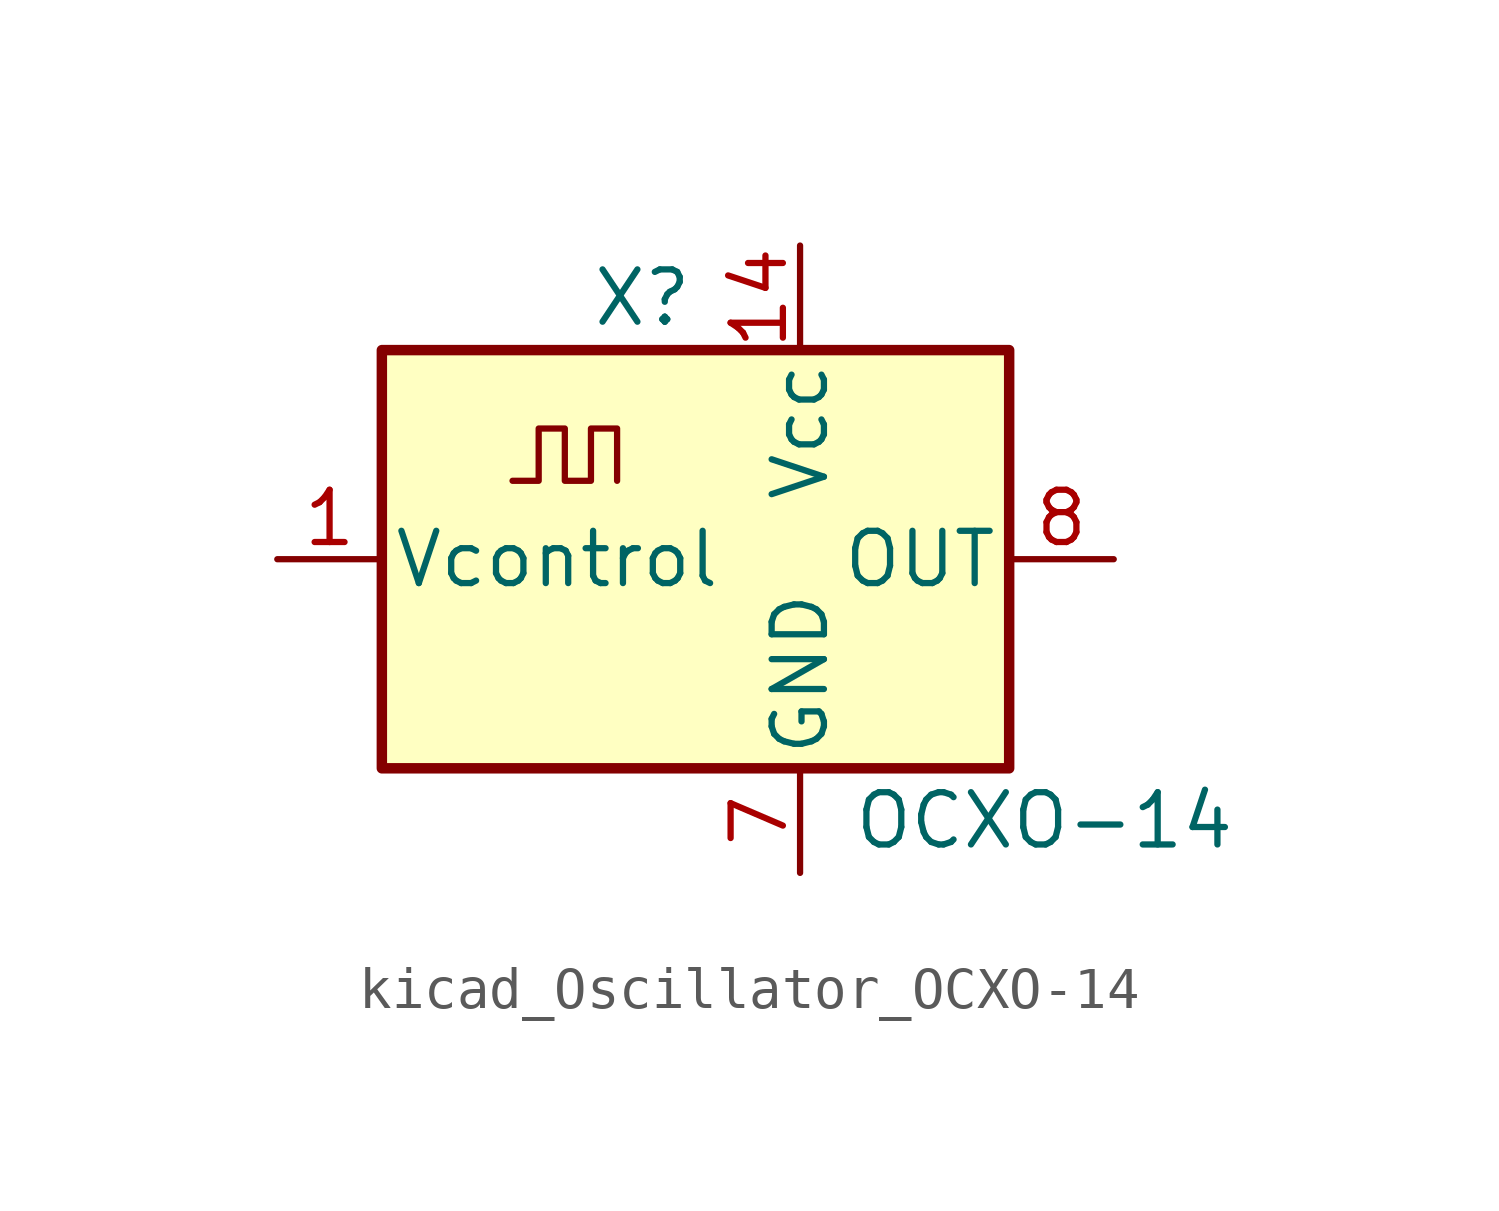
<source format=kicad_sym>
(kicad_symbol_lib
  (version 20220914)
  (generator kicad_symbol_editor)
  (symbol "kicad_Oscillator_OCXO-14"
    (pin_names
      (offset 0.254))
    (property "Reference" "X"
      (at -5.08 6.35 0)
      (effects (font (size 1.27 1.27)) (justify left)))
    (property "Value" "OCXO-14"
      (at 1.27 -6.35 0)
      (effects (font (size 1.27 1.27)) (justify left)))
    (symbol "kicad_Oscillator_OCXO-14_0_1"
      (rectangle (start -10.16 5.08) (end 5.08 -5.08) (stroke (width 0.254) (type default)) (fill (type background)))
      (polyline (pts (xy -6.985 1.905) (xy -6.35 1.905) (xy -6.35 3.175) (xy -5.715 3.175) (xy -5.715 1.905) (xy -5.08 1.905) (xy -5.08 3.175) (xy -4.445 3.175) (xy -4.445 1.905)) (stroke (width 0) (type default)) (fill (type none))))
    (symbol "kicad_Oscillator_OCXO-14_1_1"
      (pin input line (at -12.7 0 0) (length 2.54) (name "Vcontrol" (effects (font (size 1.27 1.27)))) (number "1" (effects (font (size 1.27 1.27)))))
      (pin power_in line (at 0 7.62 270) (length 2.54) (name "Vcc" (effects (font (size 1.27 1.27)))) (number "14" (effects (font (size 1.27 1.27)))))
      (pin power_in line (at 0 -7.62 90) (length 2.54) (name "GND" (effects (font (size 1.27 1.27)))) (number "7" (effects (font (size 1.27 1.27)))))
      (pin output line (at 7.62 0 180) (length 2.54) (name "OUT" (effects (font (size 1.27 1.27)))) (number "8" (effects (font (size 1.27 1.27))))))))
</source>
